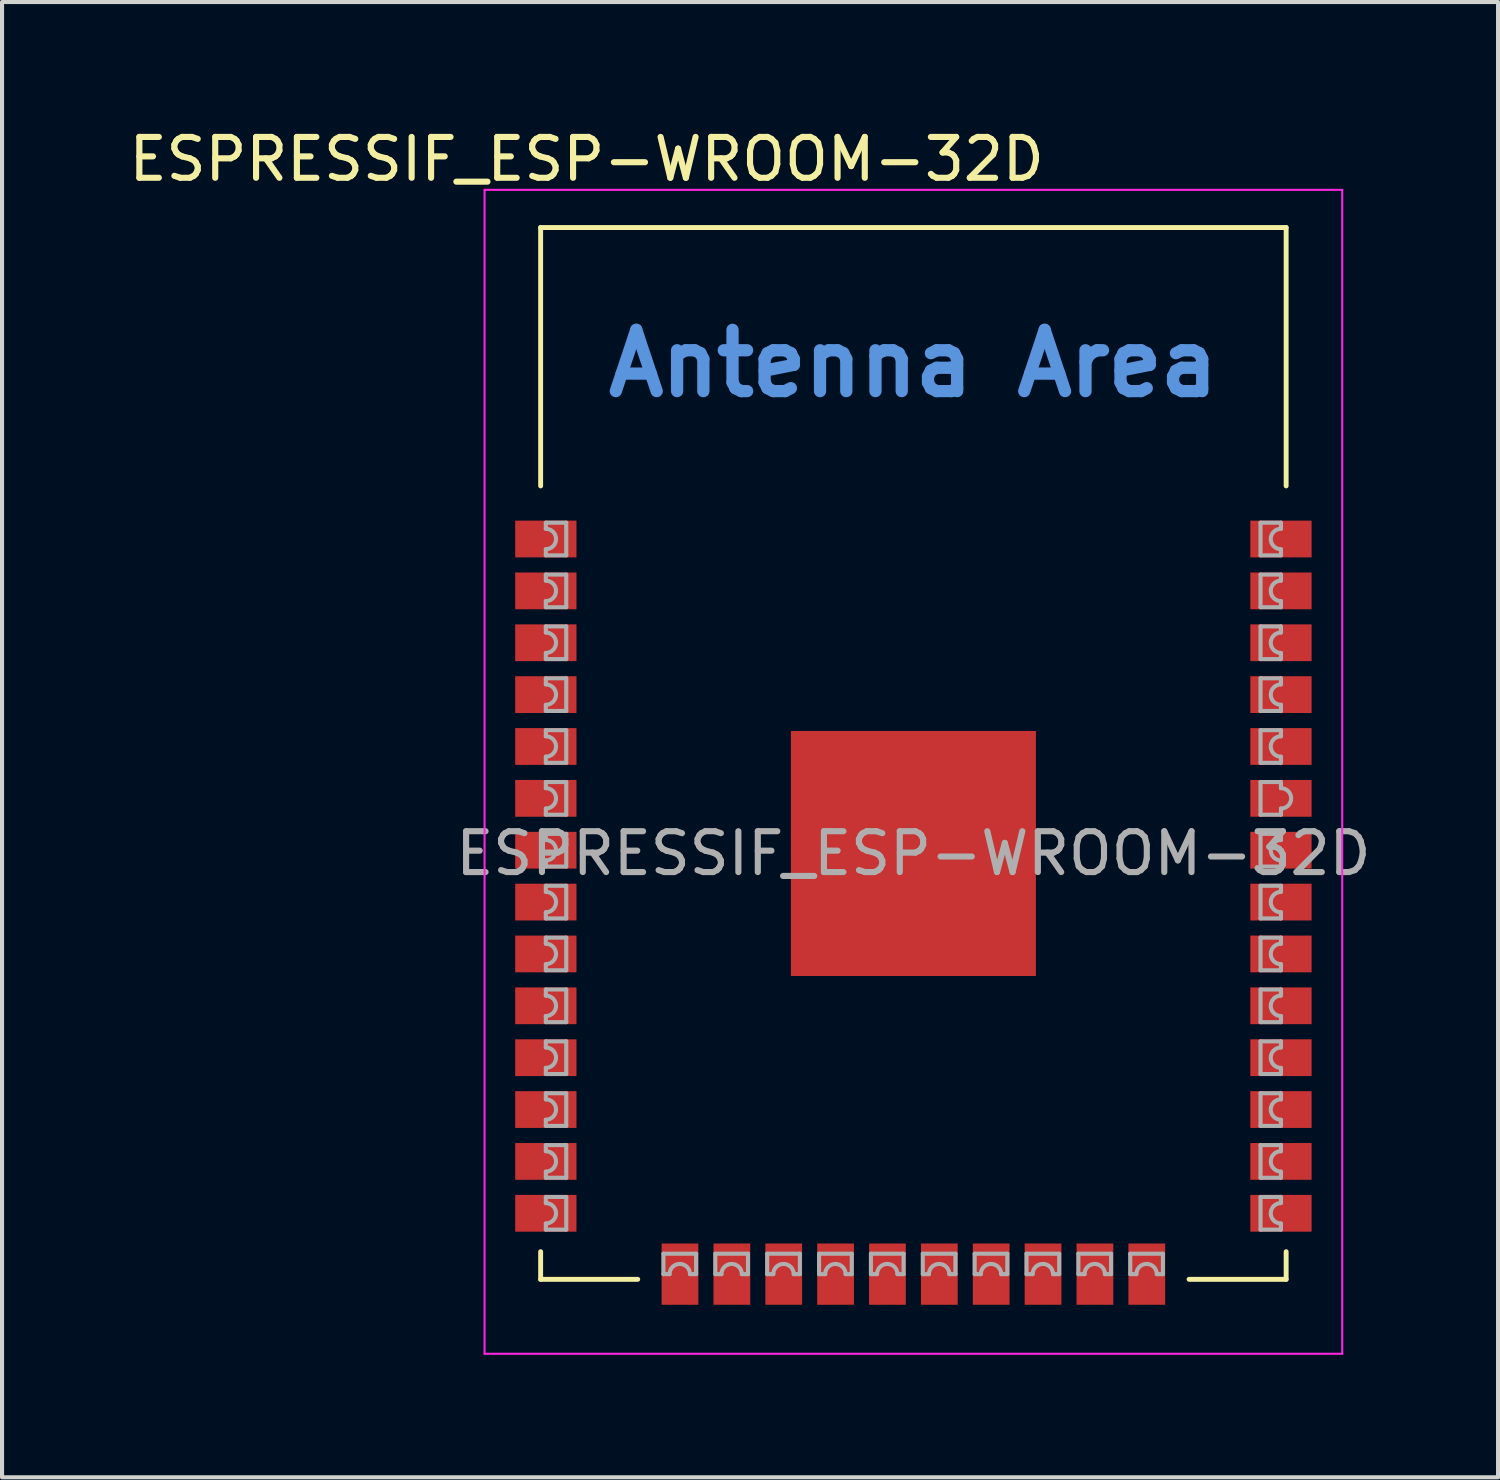
<source format=kicad_pcb>
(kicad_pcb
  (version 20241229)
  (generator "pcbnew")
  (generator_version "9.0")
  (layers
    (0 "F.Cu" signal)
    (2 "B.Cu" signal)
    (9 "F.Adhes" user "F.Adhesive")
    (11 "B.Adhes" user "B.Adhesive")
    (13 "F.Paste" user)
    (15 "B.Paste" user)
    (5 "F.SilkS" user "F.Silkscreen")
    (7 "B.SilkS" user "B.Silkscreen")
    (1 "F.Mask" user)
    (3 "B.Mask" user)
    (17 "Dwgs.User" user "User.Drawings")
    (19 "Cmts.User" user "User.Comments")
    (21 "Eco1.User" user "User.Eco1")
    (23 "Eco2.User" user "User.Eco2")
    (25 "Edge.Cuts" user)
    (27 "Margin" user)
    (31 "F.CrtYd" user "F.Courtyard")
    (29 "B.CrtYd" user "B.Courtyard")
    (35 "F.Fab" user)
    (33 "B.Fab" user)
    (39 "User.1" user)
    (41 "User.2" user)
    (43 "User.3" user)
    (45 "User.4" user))
  (footprint "ESPRESSIF_ESP-WROOM-32D"
    (layer "F.Cu")
    (at 19.315 17.848)
    (property "Reference" "ESPRESSIF_ESP-WROOM-32D" (at -8 -17 0) (unlocked yes) (layer "F.SilkS") (effects (font (size 1 1) (thickness 0.15))))
    (attr smd)
    (fp_line (start -9.127 -15.327) (end 9.127 -15.327) (stroke (width 0.12) (type solid)) (layer "F.SilkS"))
    (fp_line (start -9.127 -9) (end -9.127 -15.327) (stroke (width 0.12) (type solid)) (layer "F.SilkS"))
    (fp_line (start -9.127 9.75) (end -9.127 10.427) (stroke (width 0.12) (type solid)) (layer "F.SilkS"))
    (fp_line (start -9.127 10.427) (end -6.75 10.427) (stroke (width 0.12) (type solid)) (layer "F.SilkS"))
    (fp_line (start 9.127 -9) (end 9.127 -15.327) (stroke (width 0.12) (type solid)) (layer "F.SilkS"))
    (fp_line (start 9.127 9.75) (end 9.127 10.427) (stroke (width 0.12) (type solid)) (layer "F.SilkS"))
    (fp_line (start 9.127 10.427) (end 6.75 10.427) (stroke (width 0.12) (type solid)) (layer "F.SilkS"))
    (fp_rect (start -2.75 -2.75) (end -0.5 -0.5) (stroke (width 0.12) (type solid)) (fill yes) (layer "F.Paste"))
    (fp_rect (start -0.5 0.5) (end -2.75 2.75) (stroke (width 0.12) (type solid)) (fill yes) (layer "F.Paste"))
    (fp_rect (start 0.5 -2.75) (end 2.75 -0.5) (stroke (width 0.12) (type solid)) (fill yes) (layer "F.Paste"))
    (fp_rect (start 2.75 2.75) (end 0.5 0.5) (stroke (width 0.12) (type solid)) (fill yes) (layer "F.Paste"))
    (fp_line (start -10.5 12.25) (end -10.5 -16.25) (stroke (width 0.05) (type solid)) (layer "F.CrtYd"))
    (fp_line (start 10.5 -16.25) (end -10.5 -16.25) (stroke (width 0.05) (type solid)) (layer "F.CrtYd"))
    (fp_line (start 10.5 12.25) (end -10.5 12.25) (stroke (width 0.05) (type solid)) (layer "F.CrtYd"))
    (fp_line (start 10.5 12.25) (end 10.5 -16.25) (stroke (width 0.05) (type solid)) (layer "F.CrtYd"))
    (fp_line (start -9 -8.1) (end -8.5 -8.1) (stroke (width 0.1) (type solid)) (layer "F.Fab"))
    (fp_line (start -9 -7.95) (end -9 -8.1) (stroke (width 0.1) (type solid)) (layer "F.Fab"))
    (fp_line (start -9 -7.3) (end -9 -7.45) (stroke (width 0.1) (type solid)) (layer "F.Fab"))
    (fp_line (start -9 -6.83) (end -8.5 -6.83) (stroke (width 0.1) (type solid)) (layer "F.Fab"))
    (fp_line (start -9 -6.68) (end -9 -6.83) (stroke (width 0.1) (type solid)) (layer "F.Fab"))
    (fp_line (start -9 -6.03) (end -9 -6.18) (stroke (width 0.1) (type solid)) (layer "F.Fab"))
    (fp_line (start -9 -5.56) (end -8.5 -5.56) (stroke (width 0.1) (type solid)) (layer "F.Fab"))
    (fp_line (start -9 -5.41) (end -9 -5.56) (stroke (width 0.1) (type solid)) (layer "F.Fab"))
    (fp_line (start -9 -4.76) (end -9 -4.91) (stroke (width 0.1) (type solid)) (layer "F.Fab"))
    (fp_line (start -9 -4.29) (end -8.5 -4.29) (stroke (width 0.1) (type solid)) (layer "F.Fab"))
    (fp_line (start -9 -4.14) (end -9 -4.29) (stroke (width 0.1) (type solid)) (layer "F.Fab"))
    (fp_line (start -9 -3.49) (end -9 -3.64) (stroke (width 0.1) (type solid)) (layer "F.Fab"))
    (fp_line (start -9 -3.02) (end -8.5 -3.02) (stroke (width 0.1) (type solid)) (layer "F.Fab"))
    (fp_line (start -9 -2.87) (end -9 -3.02) (stroke (width 0.1) (type solid)) (layer "F.Fab"))
    (fp_line (start -9 -2.22) (end -9 -2.37) (stroke (width 0.1) (type solid)) (layer "F.Fab"))
    (fp_line (start -9 -1.75) (end -8.5 -1.75) (stroke (width 0.1) (type solid)) (layer "F.Fab"))
    (fp_line (start -9 -1.6) (end -9 -1.75) (stroke (width 0.1) (type solid)) (layer "F.Fab"))
    (fp_line (start -9 -0.95) (end -9 -1.1) (stroke (width 0.1) (type solid)) (layer "F.Fab"))
    (fp_line (start -9 -0.48) (end -8.5 -0.48) (stroke (width 0.1) (type solid)) (layer "F.Fab"))
    (fp_line (start -9 -0.33) (end -9 -0.48) (stroke (width 0.1) (type solid)) (layer "F.Fab"))
    (fp_line (start -9 0.32) (end -9 0.17) (stroke (width 0.1) (type solid)) (layer "F.Fab"))
    (fp_line (start -9 0.79) (end -8.5 0.79) (stroke (width 0.1) (type solid)) (layer "F.Fab"))
    (fp_line (start -9 0.94) (end -9 0.79) (stroke (width 0.1) (type solid)) (layer "F.Fab"))
    (fp_line (start -9 1.59) (end -9 1.44) (stroke (width 0.1) (type solid)) (layer "F.Fab"))
    (fp_line (start -9 2.06) (end -8.5 2.06) (stroke (width 0.1) (type solid)) (layer "F.Fab"))
    (fp_line (start -9 2.21) (end -9 2.06) (stroke (width 0.1) (type solid)) (layer "F.Fab"))
    (fp_line (start -9 2.86) (end -9 2.71) (stroke (width 0.1) (type solid)) (layer "F.Fab"))
    (fp_line (start -9 3.33) (end -8.5 3.33) (stroke (width 0.1) (type solid)) (layer "F.Fab"))
    (fp_line (start -9 3.48) (end -9 3.33) (stroke (width 0.1) (type solid)) (layer "F.Fab"))
    (fp_line (start -9 4.13) (end -9 3.98) (stroke (width 0.1) (type solid)) (layer "F.Fab"))
    (fp_line (start -9 4.6) (end -8.5 4.6) (stroke (width 0.1) (type solid)) (layer "F.Fab"))
    (fp_line (start -9 4.75) (end -9 4.6) (stroke (width 0.1) (type solid)) (layer "F.Fab"))
    (fp_line (start -9 5.4) (end -9 5.25) (stroke (width 0.1) (type solid)) (layer "F.Fab"))
    (fp_line (start -9 5.87) (end -8.5 5.87) (stroke (width 0.1) (type solid)) (layer "F.Fab"))
    (fp_line (start -9 6.02) (end -9 5.87) (stroke (width 0.1) (type solid)) (layer "F.Fab"))
    (fp_line (start -9 6.67) (end -9 6.52) (stroke (width 0.1) (type solid)) (layer "F.Fab"))
    (fp_line (start -9 7.14) (end -8.5 7.14) (stroke (width 0.1) (type solid)) (layer "F.Fab"))
    (fp_line (start -9 7.29) (end -9 7.14) (stroke (width 0.1) (type solid)) (layer "F.Fab"))
    (fp_line (start -9 7.94) (end -9 7.79) (stroke (width 0.1) (type solid)) (layer "F.Fab"))
    (fp_line (start -9 8.41) (end -8.5 8.41) (stroke (width 0.1) (type solid)) (layer "F.Fab"))
    (fp_line (start -9 8.56) (end -9 8.41) (stroke (width 0.1) (type solid)) (layer "F.Fab"))
    (fp_line (start -9 9.21) (end -9 9.06) (stroke (width 0.1) (type solid)) (layer "F.Fab"))
    (fp_line (start -8.5 -8.1) (end -8.5 -7.3) (stroke (width 0.1) (type solid)) (layer "F.Fab"))
    (fp_line (start -8.5 -7.3) (end -9 -7.3) (stroke (width 0.1) (type solid)) (layer "F.Fab"))
    (fp_line (start -8.5 -6.83) (end -8.5 -6.03) (stroke (width 0.1) (type solid)) (layer "F.Fab"))
    (fp_line (start -8.5 -6.03) (end -9 -6.03) (stroke (width 0.1) (type solid)) (layer "F.Fab"))
    (fp_line (start -8.5 -5.56) (end -8.5 -4.76) (stroke (width 0.1) (type solid)) (layer "F.Fab"))
    (fp_line (start -8.5 -4.76) (end -9 -4.76) (stroke (width 0.1) (type solid)) (layer "F.Fab"))
    (fp_line (start -8.5 -4.29) (end -8.5 -3.49) (stroke (width 0.1) (type solid)) (layer "F.Fab"))
    (fp_line (start -8.5 -3.49) (end -9 -3.49) (stroke (width 0.1) (type solid)) (layer "F.Fab"))
    (fp_line (start -8.5 -3.02) (end -8.5 -2.22) (stroke (width 0.1) (type solid)) (layer "F.Fab"))
    (fp_line (start -8.5 -2.22) (end -9 -2.22) (stroke (width 0.1) (type solid)) (layer "F.Fab"))
    (fp_line (start -8.5 -1.75) (end -8.5 -0.95) (stroke (width 0.1) (type solid)) (layer "F.Fab"))
    (fp_line (start -8.5 -0.95) (end -9 -0.95) (stroke (width 0.1) (type solid)) (layer "F.Fab"))
    (fp_line (start -8.5 -0.48) (end -8.5 0.32) (stroke (width 0.1) (type solid)) (layer "F.Fab"))
    (fp_line (start -8.5 0.32) (end -9 0.32) (stroke (width 0.1) (type solid)) (layer "F.Fab"))
    (fp_line (start -8.5 0.79) (end -8.5 1.59) (stroke (width 0.1) (type solid)) (layer "F.Fab"))
    (fp_line (start -8.5 1.59) (end -9 1.59) (stroke (width 0.1) (type solid)) (layer "F.Fab"))
    (fp_line (start -8.5 2.06) (end -8.5 2.86) (stroke (width 0.1) (type solid)) (layer "F.Fab"))
    (fp_line (start -8.5 2.86) (end -9 2.86) (stroke (width 0.1) (type solid)) (layer "F.Fab"))
    (fp_line (start -8.5 3.33) (end -8.5 4.13) (stroke (width 0.1) (type solid)) (layer "F.Fab"))
    (fp_line (start -8.5 4.13) (end -9 4.13) (stroke (width 0.1) (type solid)) (layer "F.Fab"))
    (fp_line (start -8.5 4.6) (end -8.5 5.4) (stroke (width 0.1) (type solid)) (layer "F.Fab"))
    (fp_line (start -8.5 5.4) (end -9 5.4) (stroke (width 0.1) (type solid)) (layer "F.Fab"))
    (fp_line (start -8.5 5.87) (end -8.5 6.67) (stroke (width 0.1) (type solid)) (layer "F.Fab"))
    (fp_line (start -8.5 6.67) (end -9 6.67) (stroke (width 0.1) (type solid)) (layer "F.Fab"))
    (fp_line (start -8.5 7.14) (end -8.5 7.94) (stroke (width 0.1) (type solid)) (layer "F.Fab"))
    (fp_line (start -8.5 7.94) (end -9 7.94) (stroke (width 0.1) (type solid)) (layer "F.Fab"))
    (fp_line (start -8.5 8.41) (end -8.5 9.21) (stroke (width 0.1) (type solid)) (layer "F.Fab"))
    (fp_line (start -8.5 9.21) (end -9 9.21) (stroke (width 0.1) (type solid)) (layer "F.Fab"))
    (fp_line (start -6.12 9.8) (end -5.32 9.8) (stroke (width 0.1) (type solid)) (layer "F.Fab"))
    (fp_line (start -6.12 10.3) (end -6.12 9.8) (stroke (width 0.1) (type solid)) (layer "F.Fab"))
    (fp_line (start -5.97 10.3) (end -6.12 10.3) (stroke (width 0.1) (type solid)) (layer "F.Fab"))
    (fp_line (start -5.32 9.8) (end -5.32 10.3) (stroke (width 0.1) (type solid)) (layer "F.Fab"))
    (fp_line (start -5.32 10.3) (end -5.47 10.3) (stroke (width 0.1) (type solid)) (layer "F.Fab"))
    (fp_line (start -4.85 9.8) (end -4.05 9.8) (stroke (width 0.1) (type solid)) (layer "F.Fab"))
    (fp_line (start -4.85 10.3) (end -4.85 9.8) (stroke (width 0.1) (type solid)) (layer "F.Fab"))
    (fp_line (start -4.7 10.3) (end -4.85 10.3) (stroke (width 0.1) (type solid)) (layer "F.Fab"))
    (fp_line (start -4.05 9.8) (end -4.05 10.3) (stroke (width 0.1) (type solid)) (layer "F.Fab"))
    (fp_line (start -4.05 10.3) (end -4.2 10.3) (stroke (width 0.1) (type solid)) (layer "F.Fab"))
    (fp_line (start -3.58 9.8) (end -2.78 9.8) (stroke (width 0.1) (type solid)) (layer "F.Fab"))
    (fp_line (start -3.58 10.3) (end -3.58 9.8) (stroke (width 0.1) (type solid)) (layer "F.Fab"))
    (fp_line (start -3.43 10.3) (end -3.58 10.3) (stroke (width 0.1) (type solid)) (layer "F.Fab"))
    (fp_line (start -2.78 9.8) (end -2.78 10.3) (stroke (width 0.1) (type solid)) (layer "F.Fab"))
    (fp_line (start -2.78 10.3) (end -2.93 10.3) (stroke (width 0.1) (type solid)) (layer "F.Fab"))
    (fp_line (start -2.31 9.8) (end -1.51 9.8) (stroke (width 0.1) (type solid)) (layer "F.Fab"))
    (fp_line (start -2.31 10.3) (end -2.31 9.8) (stroke (width 0.1) (type solid)) (layer "F.Fab"))
    (fp_line (start -2.16 10.3) (end -2.31 10.3) (stroke (width 0.1) (type solid)) (layer "F.Fab"))
    (fp_line (start -1.51 9.8) (end -1.51 10.3) (stroke (width 0.1) (type solid)) (layer "F.Fab"))
    (fp_line (start -1.51 10.3) (end -1.66 10.3) (stroke (width 0.1) (type solid)) (layer "F.Fab"))
    (fp_line (start -1.04 9.8) (end -0.24 9.8) (stroke (width 0.1) (type solid)) (layer "F.Fab"))
    (fp_line (start -1.04 10.3) (end -1.04 9.8) (stroke (width 0.1) (type solid)) (layer "F.Fab"))
    (fp_line (start -0.89 10.3) (end -1.04 10.3) (stroke (width 0.1) (type solid)) (layer "F.Fab"))
    (fp_line (start -0.24 9.8) (end -0.24 10.3) (stroke (width 0.1) (type solid)) (layer "F.Fab"))
    (fp_line (start -0.24 10.3) (end -0.39 10.3) (stroke (width 0.1) (type solid)) (layer "F.Fab"))
    (fp_line (start 0.23 9.8) (end 1.03 9.8) (stroke (width 0.1) (type solid)) (layer "F.Fab"))
    (fp_line (start 0.23 10.3) (end 0.23 9.8) (stroke (width 0.1) (type solid)) (layer "F.Fab"))
    (fp_line (start 0.38 10.3) (end 0.23 10.3) (stroke (width 0.1) (type solid)) (layer "F.Fab"))
    (fp_line (start 1.03 9.8) (end 1.03 10.3) (stroke (width 0.1) (type solid)) (layer "F.Fab"))
    (fp_line (start 1.03 10.3) (end 0.88 10.3) (stroke (width 0.1) (type solid)) (layer "F.Fab"))
    (fp_line (start 1.5 9.8) (end 2.3 9.8) (stroke (width 0.1) (type solid)) (layer "F.Fab"))
    (fp_line (start 1.5 10.3) (end 1.5 9.8) (stroke (width 0.1) (type solid)) (layer "F.Fab"))
    (fp_line (start 1.65 10.3) (end 1.5 10.3) (stroke (width 0.1) (type solid)) (layer "F.Fab"))
    (fp_line (start 2.3 9.8) (end 2.3 10.3) (stroke (width 0.1) (type solid)) (layer "F.Fab"))
    (fp_line (start 2.3 10.3) (end 2.15 10.3) (stroke (width 0.1) (type solid)) (layer "F.Fab"))
    (fp_line (start 2.77 9.8) (end 3.57 9.8) (stroke (width 0.1) (type solid)) (layer "F.Fab"))
    (fp_line (start 2.77 10.3) (end 2.77 9.8) (stroke (width 0.1) (type solid)) (layer "F.Fab"))
    (fp_line (start 2.92 10.3) (end 2.77 10.3) (stroke (width 0.1) (type solid)) (layer "F.Fab"))
    (fp_line (start 3.57 9.8) (end 3.57 10.3) (stroke (width 0.1) (type solid)) (layer "F.Fab"))
    (fp_line (start 3.57 10.3) (end 3.42 10.3) (stroke (width 0.1) (type solid)) (layer "F.Fab"))
    (fp_line (start 4.04 9.8) (end 4.84 9.8) (stroke (width 0.1) (type solid)) (layer "F.Fab"))
    (fp_line (start 4.04 10.3) (end 4.04 9.8) (stroke (width 0.1) (type solid)) (layer "F.Fab"))
    (fp_line (start 4.19 10.3) (end 4.04 10.3) (stroke (width 0.1) (type solid)) (layer "F.Fab"))
    (fp_line (start 4.84 9.8) (end 4.84 10.3) (stroke (width 0.1) (type solid)) (layer "F.Fab"))
    (fp_line (start 4.84 10.3) (end 4.69 10.3) (stroke (width 0.1) (type solid)) (layer "F.Fab"))
    (fp_line (start 5.31 9.8) (end 6.11 9.8) (stroke (width 0.1) (type solid)) (layer "F.Fab"))
    (fp_line (start 5.31 10.3) (end 5.31 9.8) (stroke (width 0.1) (type solid)) (layer "F.Fab"))
    (fp_line (start 5.46 10.3) (end 5.31 10.3) (stroke (width 0.1) (type solid)) (layer "F.Fab"))
    (fp_line (start 6.11 9.8) (end 6.11 10.3) (stroke (width 0.1) (type solid)) (layer "F.Fab"))
    (fp_line (start 6.11 10.3) (end 5.96 10.3) (stroke (width 0.1) (type solid)) (layer "F.Fab"))
    (fp_line (start 8.5 -8.1) (end 8.5 -7.3) (stroke (width 0.1) (type solid)) (layer "F.Fab"))
    (fp_line (start 8.5 -7.3) (end 9 -7.3) (stroke (width 0.1) (type solid)) (layer "F.Fab"))
    (fp_line (start 8.5 -6.83) (end 8.5 -6.03) (stroke (width 0.1) (type solid)) (layer "F.Fab"))
    (fp_line (start 8.5 -6.03) (end 9 -6.03) (stroke (width 0.1) (type solid)) (layer "F.Fab"))
    (fp_line (start 8.5 -5.56) (end 8.5 -4.76) (stroke (width 0.1) (type solid)) (layer "F.Fab"))
    (fp_line (start 8.5 -4.76) (end 9 -4.76) (stroke (width 0.1) (type solid)) (layer "F.Fab"))
    (fp_line (start 8.5 -4.29) (end 8.5 -3.49) (stroke (width 0.1) (type solid)) (layer "F.Fab"))
    (fp_line (start 8.5 -3.49) (end 9 -3.49) (stroke (width 0.1) (type solid)) (layer "F.Fab"))
    (fp_line (start 8.5 -3.02) (end 8.5 -2.22) (stroke (width 0.1) (type solid)) (layer "F.Fab"))
    (fp_line (start 8.5 -2.22) (end 9 -2.22) (stroke (width 0.1) (type solid)) (layer "F.Fab"))
    (fp_line (start 8.5 -1.75) (end 8.5 -0.95) (stroke (width 0.1) (type solid)) (layer "F.Fab"))
    (fp_line (start 8.5 -0.95) (end 9 -0.95) (stroke (width 0.1) (type solid)) (layer "F.Fab"))
    (fp_line (start 8.5 -0.48) (end 8.5 0.32) (stroke (width 0.1) (type solid)) (layer "F.Fab"))
    (fp_line (start 8.5 0.32) (end 9 0.32) (stroke (width 0.1) (type solid)) (layer "F.Fab"))
    (fp_line (start 8.5 0.79) (end 8.5 1.59) (stroke (width 0.1) (type solid)) (layer "F.Fab"))
    (fp_line (start 8.5 1.59) (end 9 1.59) (stroke (width 0.1) (type solid)) (layer "F.Fab"))
    (fp_line (start 8.5 2.06) (end 8.5 2.86) (stroke (width 0.1) (type solid)) (layer "F.Fab"))
    (fp_line (start 8.5 2.86) (end 9 2.86) (stroke (width 0.1) (type solid)) (layer "F.Fab"))
    (fp_line (start 8.5 3.33) (end 8.5 4.13) (stroke (width 0.1) (type solid)) (layer "F.Fab"))
    (fp_line (start 8.5 4.13) (end 9 4.13) (stroke (width 0.1) (type solid)) (layer "F.Fab"))
    (fp_line (start 8.5 4.6) (end 8.5 5.4) (stroke (width 0.1) (type solid)) (layer "F.Fab"))
    (fp_line (start 8.5 5.4) (end 9 5.4) (stroke (width 0.1) (type solid)) (layer "F.Fab"))
    (fp_line (start 8.5 5.87) (end 8.5 6.67) (stroke (width 0.1) (type solid)) (layer "F.Fab"))
    (fp_line (start 8.5 6.67) (end 9 6.67) (stroke (width 0.1) (type solid)) (layer "F.Fab"))
    (fp_line (start 8.5 7.14) (end 8.5 7.94) (stroke (width 0.1) (type solid)) (layer "F.Fab"))
    (fp_line (start 8.5 7.94) (end 9 7.94) (stroke (width 0.1) (type solid)) (layer "F.Fab"))
    (fp_line (start 8.5 8.41) (end 8.5 9.21) (stroke (width 0.1) (type solid)) (layer "F.Fab"))
    (fp_line (start 8.5 9.21) (end 9 9.21) (stroke (width 0.1) (type solid)) (layer "F.Fab"))
    (fp_line (start 9 -8.1) (end 8.5 -8.1) (stroke (width 0.1) (type solid)) (layer "F.Fab"))
    (fp_line (start 9 -7.95) (end 9 -8.1) (stroke (width 0.1) (type solid)) (layer "F.Fab"))
    (fp_line (start 9 -7.3) (end 9 -7.45) (stroke (width 0.1) (type solid)) (layer "F.Fab"))
    (fp_line (start 9 -6.83) (end 8.5 -6.83) (stroke (width 0.1) (type solid)) (layer "F.Fab"))
    (fp_line (start 9 -6.68) (end 9 -6.83) (stroke (width 0.1) (type solid)) (layer "F.Fab"))
    (fp_line (start 9 -6.03) (end 9 -6.18) (stroke (width 0.1) (type solid)) (layer "F.Fab"))
    (fp_line (start 9 -5.56) (end 8.5 -5.56) (stroke (width 0.1) (type solid)) (layer "F.Fab"))
    (fp_line (start 9 -5.41) (end 9 -5.56) (stroke (width 0.1) (type solid)) (layer "F.Fab"))
    (fp_line (start 9 -4.76) (end 9 -4.91) (stroke (width 0.1) (type solid)) (layer "F.Fab"))
    (fp_line (start 9 -4.29) (end 8.5 -4.29) (stroke (width 0.1) (type solid)) (layer "F.Fab"))
    (fp_line (start 9 -4.14) (end 9 -4.29) (stroke (width 0.1) (type solid)) (layer "F.Fab"))
    (fp_line (start 9 -3.49) (end 9 -3.64) (stroke (width 0.1) (type solid)) (layer "F.Fab"))
    (fp_line (start 9 -3.02) (end 8.5 -3.02) (stroke (width 0.1) (type solid)) (layer "F.Fab"))
    (fp_line (start 9 -2.87) (end 9 -3.02) (stroke (width 0.1) (type solid)) (layer "F.Fab"))
    (fp_line (start 9 -2.22) (end 9 -2.37) (stroke (width 0.1) (type solid)) (layer "F.Fab"))
    (fp_line (start 9 -1.75) (end 8.5 -1.75) (stroke (width 0.1) (type solid)) (layer "F.Fab"))
    (fp_line (start 9 -1.6) (end 9 -1.75) (stroke (width 0.1) (type solid)) (layer "F.Fab"))
    (fp_line (start 9 -0.95) (end 9 -1.1) (stroke (width 0.1) (type solid)) (layer "F.Fab"))
    (fp_line (start 9 -0.48) (end 8.5 -0.48) (stroke (width 0.1) (type solid)) (layer "F.Fab"))
    (fp_line (start 9 -0.33) (end 9 -0.48) (stroke (width 0.1) (type solid)) (layer "F.Fab"))
    (fp_line (start 9 0.32) (end 9 0.17) (stroke (width 0.1) (type solid)) (layer "F.Fab"))
    (fp_line (start 9 0.79) (end 8.5 0.79) (stroke (width 0.1) (type solid)) (layer "F.Fab"))
    (fp_line (start 9 0.94) (end 9 0.79) (stroke (width 0.1) (type solid)) (layer "F.Fab"))
    (fp_line (start 9 1.59) (end 9 1.44) (stroke (width 0.1) (type solid)) (layer "F.Fab"))
    (fp_line (start 9 2.06) (end 8.5 2.06) (stroke (width 0.1) (type solid)) (layer "F.Fab"))
    (fp_line (start 9 2.21) (end 9 2.06) (stroke (width 0.1) (type solid)) (layer "F.Fab"))
    (fp_line (start 9 2.86) (end 9 2.71) (stroke (width 0.1) (type solid)) (layer "F.Fab"))
    (fp_line (start 9 3.33) (end 8.5 3.33) (stroke (width 0.1) (type solid)) (layer "F.Fab"))
    (fp_line (start 9 3.48) (end 9 3.33) (stroke (width 0.1) (type solid)) (layer "F.Fab"))
    (fp_line (start 9 4.13) (end 9 3.98) (stroke (width 0.1) (type solid)) (layer "F.Fab"))
    (fp_line (start 9 4.6) (end 8.5 4.6) (stroke (width 0.1) (type solid)) (layer "F.Fab"))
    (fp_line (start 9 4.75) (end 9 4.6) (stroke (width 0.1) (type solid)) (layer "F.Fab"))
    (fp_line (start 9 5.4) (end 9 5.25) (stroke (width 0.1) (type solid)) (layer "F.Fab"))
    (fp_line (start 9 5.87) (end 8.5 5.87) (stroke (width 0.1) (type solid)) (layer "F.Fab"))
    (fp_line (start 9 6.02) (end 9 5.87) (stroke (width 0.1) (type solid)) (layer "F.Fab"))
    (fp_line (start 9 6.67) (end 9 6.52) (stroke (width 0.1) (type solid)) (layer "F.Fab"))
    (fp_line (start 9 7.14) (end 8.5 7.14) (stroke (width 0.1) (type solid)) (layer "F.Fab"))
    (fp_line (start 9 7.29) (end 9 7.14) (stroke (width 0.1) (type solid)) (layer "F.Fab"))
    (fp_line (start 9 7.94) (end 9 7.79) (stroke (width 0.1) (type solid)) (layer "F.Fab"))
    (fp_line (start 9 8.41) (end 8.5 8.41) (stroke (width 0.1) (type solid)) (layer "F.Fab"))
    (fp_line (start 9 8.56) (end 9 8.41) (stroke (width 0.1) (type solid)) (layer "F.Fab"))
    (fp_line (start 9 9.21) (end 9 9.06) (stroke (width 0.1) (type solid)) (layer "F.Fab"))
    (fp_arc (start -9 -7.95) (mid -8.75 -7.7) (end -9 -7.45) (stroke (width 0.1) (type solid)) (layer "F.Fab"))
    (fp_arc (start -9 -6.68) (mid -8.75 -6.43) (end -9 -6.18) (stroke (width 0.1) (type solid)) (layer "F.Fab"))
    (fp_arc (start -9 -5.41) (mid -8.75 -5.16) (end -9 -4.91) (stroke (width 0.1) (type solid)) (layer "F.Fab"))
    (fp_arc (start -9 -4.14) (mid -8.75 -3.89) (end -9 -3.64) (stroke (width 0.1) (type solid)) (layer "F.Fab"))
    (fp_arc (start -9 -2.87) (mid -8.75 -2.62) (end -9 -2.37) (stroke (width 0.1) (type solid)) (layer "F.Fab"))
    (fp_arc (start -9 -1.6) (mid -8.75 -1.35) (end -9 -1.1) (stroke (width 0.1) (type solid)) (layer "F.Fab"))
    (fp_arc (start -9 -0.33) (mid -8.75 -0.08) (end -9 0.17) (stroke (width 0.1) (type solid)) (layer "F.Fab"))
    (fp_arc (start -9 0.94) (mid -8.75 1.19) (end -9 1.44) (stroke (width 0.1) (type solid)) (layer "F.Fab"))
    (fp_arc (start -9 2.21) (mid -8.75 2.46) (end -9 2.71) (stroke (width 0.1) (type solid)) (layer "F.Fab"))
    (fp_arc (start -9 3.48) (mid -8.75 3.73) (end -9 3.98) (stroke (width 0.1) (type solid)) (layer "F.Fab"))
    (fp_arc (start -9 4.75) (mid -8.75 5) (end -9 5.25) (stroke (width 0.1) (type solid)) (layer "F.Fab"))
    (fp_arc (start -9 6.02) (mid -8.75 6.27) (end -9 6.52) (stroke (width 0.1) (type solid)) (layer "F.Fab"))
    (fp_arc (start -9 7.29) (mid -8.75 7.54) (end -9 7.79) (stroke (width 0.1) (type solid)) (layer "F.Fab"))
    (fp_arc (start -9 8.56) (mid -8.75 8.81) (end -9 9.06) (stroke (width 0.1) (type solid)) (layer "F.Fab"))
    (fp_arc (start -5.97 10.3) (mid -5.72 10.05) (end -5.47 10.3) (stroke (width 0.1) (type solid)) (layer "F.Fab"))
    (fp_arc (start -4.7 10.3) (mid -4.45 10.05) (end -4.2 10.3) (stroke (width 0.1) (type solid)) (layer "F.Fab"))
    (fp_arc (start -3.43 10.3) (mid -3.18 10.05) (end -2.93 10.3) (stroke (width 0.1) (type solid)) (layer "F.Fab"))
    (fp_arc (start -2.16 10.3) (mid -1.91 10.05) (end -1.66 10.3) (stroke (width 0.1) (type solid)) (layer "F.Fab"))
    (fp_arc (start -0.89 10.3) (mid -0.64 10.05) (end -0.39 10.3) (stroke (width 0.1) (type solid)) (layer "F.Fab"))
    (fp_arc (start 0.38 10.3) (mid 0.63 10.05) (end 0.88 10.3) (stroke (width 0.1) (type solid)) (layer "F.Fab"))
    (fp_arc (start 1.65 10.3) (mid 1.9 10.05) (end 2.15 10.3) (stroke (width 0.1) (type solid)) (layer "F.Fab"))
    (fp_arc (start 2.92 10.3) (mid 3.17 10.05) (end 3.42 10.3) (stroke (width 0.1) (type solid)) (layer "F.Fab"))
    (fp_arc (start 4.19 10.3) (mid 4.44 10.05) (end 4.69 10.3) (stroke (width 0.1) (type solid)) (layer "F.Fab"))
    (fp_arc (start 5.46 10.3) (mid 5.71 10.05) (end 5.96 10.3) (stroke (width 0.1) (type solid)) (layer "F.Fab"))
    (fp_arc (start 9 -7.45) (mid 8.75 -7.7) (end 9 -7.95) (stroke (width 0.1) (type solid)) (layer "F.Fab"))
    (fp_arc (start 9 -6.18) (mid 8.75 -6.43) (end 9 -6.68) (stroke (width 0.1) (type solid)) (layer "F.Fab"))
    (fp_arc (start 9 -4.91) (mid 8.75 -5.16) (end 9 -5.41) (stroke (width 0.1) (type solid)) (layer "F.Fab"))
    (fp_arc (start 9 -3.64) (mid 8.75 -3.89) (end 9 -4.14) (stroke (width 0.1) (type solid)) (layer "F.Fab"))
    (fp_arc (start 9 -2.37) (mid 8.75 -2.62) (end 9 -2.87) (stroke (width 0.1) (type solid)) (layer "F.Fab"))
    (fp_arc (start 9 -1.6) (mid 9.25 -1.35) (end 9 -1.1) (stroke (width 0.1) (type solid)) (layer "F.Fab"))
    (fp_arc (start 9 0.17) (mid 8.75 -0.08) (end 9 -0.33) (stroke (width 0.1) (type solid)) (layer "F.Fab"))
    (fp_arc (start 9 1.44) (mid 8.75 1.19) (end 9 0.94) (stroke (width 0.1) (type solid)) (layer "F.Fab"))
    (fp_arc (start 9 2.71) (mid 8.75 2.46) (end 9 2.21) (stroke (width 0.1) (type solid)) (layer "F.Fab"))
    (fp_arc (start 9 3.98) (mid 8.75 3.73) (end 9 3.48) (stroke (width 0.1) (type solid)) (layer "F.Fab"))
    (fp_arc (start 9 5.25) (mid 8.75 5) (end 9 4.75) (stroke (width 0.1) (type solid)) (layer "F.Fab"))
    (fp_arc (start 9 6.52) (mid 8.75 6.27) (end 9 6.02) (stroke (width 0.1) (type solid)) (layer "F.Fab"))
    (fp_arc (start 9 7.79) (mid 8.75 7.54) (end 9 7.29) (stroke (width 0.1) (type solid)) (layer "F.Fab"))
    (fp_arc (start 9 9.06) (mid 8.75 8.81) (end 9 8.56) (stroke (width 0.1) (type solid)) (layer "F.Fab"))
    (fp_text user "Antenna Area" (at 0 -12 0) (unlocked yes) (layer "Cmts.User") (effects (font (size 1.5 1.5) (thickness 0.3))))
    (fp_text user "${REFERENCE}" (at 0 0 0) (unlocked yes) (layer "F.Fab") (effects (font (size 1 1) (thickness 0.15))))
    (pad "1" smd rect (at -9 -7.7 90) (size 0.9 1.5) (layers "F.Cu" "F.Mask" "F.Paste"))
    (pad "2" smd rect (at -9 -6.43 90) (size 0.9 1.5) (layers "F.Cu" "F.Mask" "F.Paste"))
    (pad "3" smd rect (at -9 -5.16 90) (size 0.9 1.5) (layers "F.Cu" "F.Mask" "F.Paste"))
    (pad "4" smd rect (at -9 -3.89 90) (size 0.9 1.5) (layers "F.Cu" "F.Mask" "F.Paste"))
    (pad "5" smd rect (at -9 -2.62 90) (size 0.9 1.5) (layers "F.Cu" "F.Mask" "F.Paste"))
    (pad "6" smd rect (at -9 -1.35 90) (size 0.9 1.5) (layers "F.Cu" "F.Mask" "F.Paste"))
    (pad "7" smd rect (at -9 -0.08 90) (size 0.9 1.5) (layers "F.Cu" "F.Mask" "F.Paste"))
    (pad "8" smd rect (at -9 1.19 90) (size 0.9 1.5) (layers "F.Cu" "F.Mask" "F.Paste"))
    (pad "9" smd rect (at -9 2.46 90) (size 0.9 1.5) (layers "F.Cu" "F.Mask" "F.Paste"))
    (pad "10" smd rect (at -9 3.73 90) (size 0.9 1.5) (layers "F.Cu" "F.Mask" "F.Paste"))
    (pad "11" smd rect (at -9 5 90) (size 0.9 1.5) (layers "F.Cu" "F.Mask" "F.Paste"))
    (pad "12" smd rect (at -9 6.27 90) (size 0.9 1.5) (layers "F.Cu" "F.Mask" "F.Paste"))
    (pad "13" smd rect (at -9 7.54 90) (size 0.9 1.5) (layers "F.Cu" "F.Mask" "F.Paste"))
    (pad "14" smd rect (at -9 8.81 90) (size 0.9 1.5) (layers "F.Cu" "F.Mask" "F.Paste"))
    (pad "15" smd rect (at -5.715 10.3 180) (size 0.9 1.5) (layers "F.Cu" "F.Mask" "F.Paste"))
    (pad "16" smd rect (at -4.445 10.3 180) (size 0.9 1.5) (layers "F.Cu" "F.Mask" "F.Paste"))
    (pad "17" smd rect (at -3.175 10.3 180) (size 0.9 1.5) (layers "F.Cu" "F.Mask" "F.Paste"))
    (pad "18" smd rect (at -1.905 10.3 180) (size 0.9 1.5) (layers "F.Cu" "F.Mask" "F.Paste"))
    (pad "19" smd rect (at -0.635 10.3 180) (size 0.9 1.5) (layers "F.Cu" "F.Mask" "F.Paste"))
    (pad "20" smd rect (at 0.635 10.3 180) (size 0.9 1.5) (layers "F.Cu" "F.Mask" "F.Paste"))
    (pad "21" smd rect (at 1.905 10.3 180) (size 0.9 1.5) (layers "F.Cu" "F.Mask" "F.Paste"))
    (pad "22" smd rect (at 3.175 10.3 180) (size 0.9 1.5) (layers "F.Cu" "F.Mask" "F.Paste"))
    (pad "23" smd rect (at 4.445 10.3 180) (size 0.9 1.5) (layers "F.Cu" "F.Mask" "F.Paste"))
    (pad "24" smd rect (at 5.715 10.3 180) (size 0.9 1.5) (layers "F.Cu" "F.Mask" "F.Paste"))
    (pad "25" smd rect (at 9 8.81 270) (size 0.9 1.5) (layers "F.Cu" "F.Mask" "F.Paste"))
    (pad "26" smd rect (at 9 7.54 270) (size 0.9 1.5) (layers "F.Cu" "F.Mask" "F.Paste"))
    (pad "27" smd rect (at 9 6.27 270) (size 0.9 1.5) (layers "F.Cu" "F.Mask" "F.Paste"))
    (pad "28" smd rect (at 9 5 270) (size 0.9 1.5) (layers "F.Cu" "F.Mask" "F.Paste"))
    (pad "29" smd rect (at 9 3.73 270) (size 0.9 1.5) (layers "F.Cu" "F.Mask" "F.Paste"))
    (pad "30" smd rect (at 9 2.46 270) (size 0.9 1.5) (layers "F.Cu" "F.Mask" "F.Paste"))
    (pad "31" smd rect (at 9 1.19 270) (size 0.9 1.5) (layers "F.Cu" "F.Mask" "F.Paste"))
    (pad "32" smd rect (at 9 -0.08 270) (size 0.9 1.5) (layers "F.Cu" "F.Mask" "F.Paste"))
    (pad "33" smd rect (at 9 -1.35 270) (size 0.9 1.5) (layers "F.Cu" "F.Mask" "F.Paste"))
    (pad "34" smd rect (at 9 -2.62 270) (size 0.9 1.5) (layers "F.Cu" "F.Mask" "F.Paste"))
    (pad "35" smd rect (at 9 -3.89 270) (size 0.9 1.5) (layers "F.Cu" "F.Mask" "F.Paste"))
    (pad "36" smd rect (at 9 -5.16 270) (size 0.9 1.5) (layers "F.Cu" "F.Mask" "F.Paste"))
    (pad "37" smd rect (at 9 -6.43 270) (size 0.9 1.5) (layers "F.Cu" "F.Mask" "F.Paste"))
    (pad "38" smd rect (at 9 -7.7 270) (size 0.9 1.5) (layers "F.Cu" "F.Mask" "F.Paste"))
    (pad "39" smd rect (at 0 0) (size 6 6) (layers "F.Cu" "F.Mask")))
  (gr_rect
    (start -3 -3)
    (end 33.631 33.123)
    (stroke (width 0.1) (type default))
    (fill no)
    (layer "Edge.Cuts")))
</source>
